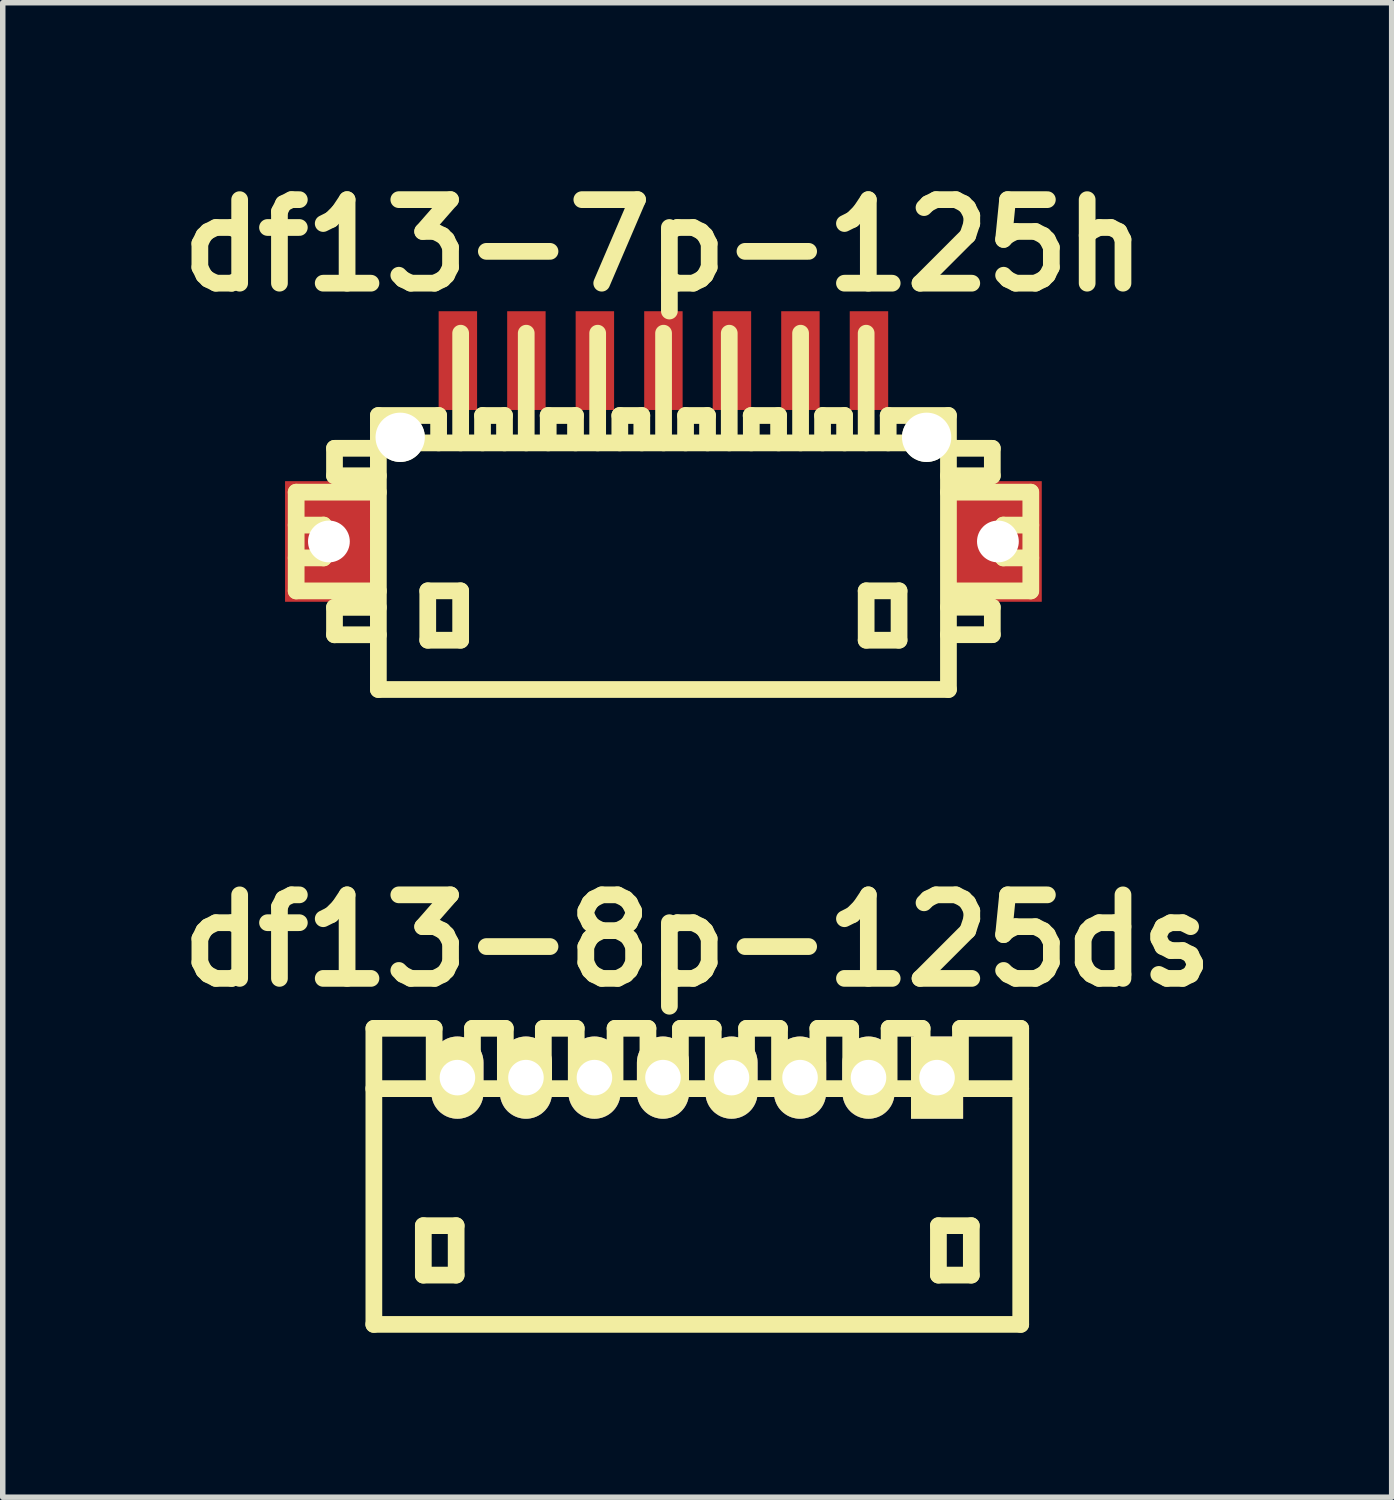
<source format=kicad_pcb>
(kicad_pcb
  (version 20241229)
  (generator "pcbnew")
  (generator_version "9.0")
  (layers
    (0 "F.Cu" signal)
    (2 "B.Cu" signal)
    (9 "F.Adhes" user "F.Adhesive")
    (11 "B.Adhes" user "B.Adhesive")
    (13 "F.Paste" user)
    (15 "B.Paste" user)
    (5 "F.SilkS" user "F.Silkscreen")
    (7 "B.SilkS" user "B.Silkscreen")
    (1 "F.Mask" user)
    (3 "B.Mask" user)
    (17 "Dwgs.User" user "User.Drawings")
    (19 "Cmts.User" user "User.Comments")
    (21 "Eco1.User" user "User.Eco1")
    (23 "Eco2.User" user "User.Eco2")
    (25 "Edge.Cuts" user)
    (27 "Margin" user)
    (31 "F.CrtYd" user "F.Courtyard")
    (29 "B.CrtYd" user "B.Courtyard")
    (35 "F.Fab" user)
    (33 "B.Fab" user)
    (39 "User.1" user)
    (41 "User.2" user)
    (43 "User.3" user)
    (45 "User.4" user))
  (footprint "df13-7p-125h"
    (layer "F.Cu")
    (at 9.05 7.027)
    (property "Reference" "df13-7p-125h" (at 0 -5.601 0) (layer "F.SilkS") (effects (font (size 1.524 1.524) (thickness 0.305))))
    (attr through_hole)
    (fp_line (start -6.698 -1.1) (end -6.698 0.701) (stroke (width 0.305) (type solid)) (layer "F.SilkS"))
    (fp_line (start -6.698 0.701) (end -5.199 0.701) (stroke (width 0.305) (type solid)) (layer "F.SilkS"))
    (fp_line (start -6.198 -0.5) (end -6.698 -0.5) (stroke (width 0.305) (type solid)) (layer "F.SilkS"))
    (fp_line (start -6.198 0.099) (end -6.698 0.099) (stroke (width 0.305) (type solid)) (layer "F.SilkS"))
    (fp_line (start -6.198 0.099) (end -6.198 -0.5) (stroke (width 0.305) (type solid)) (layer "F.SilkS"))
    (fp_line (start -5.999 -1.9) (end -5.999 -1.4) (stroke (width 0.305) (type solid)) (layer "F.SilkS"))
    (fp_line (start -5.999 -1.9) (end -5.199 -1.9) (stroke (width 0.305) (type solid)) (layer "F.SilkS"))
    (fp_line (start -5.999 1.001) (end -5.999 1.501) (stroke (width 0.305) (type solid)) (layer "F.SilkS"))
    (fp_line (start -5.999 1.501) (end -5.199 1.501) (stroke (width 0.305) (type solid)) (layer "F.SilkS"))
    (fp_line (start -5.199 -1.999) (end 5.199 -1.999) (stroke (width 0.305) (type solid)) (layer "F.SilkS"))
    (fp_line (start -5.199 -1.4) (end -5.999 -1.4) (stroke (width 0.305) (type solid)) (layer "F.SilkS"))
    (fp_line (start -5.199 -1.1) (end -6.698 -1.1) (stroke (width 0.305) (type solid)) (layer "F.SilkS"))
    (fp_line (start -5.199 1.001) (end -5.999 1.001) (stroke (width 0.305) (type solid)) (layer "F.SilkS"))
    (fp_line (start -5.199 2.499) (end -5.199 -2.499) (stroke (width 0.305) (type solid)) (layer "F.SilkS"))
    (fp_line (start -5.199 2.499) (end 5.199 2.499) (stroke (width 0.305) (type solid)) (layer "F.SilkS"))
    (fp_line (start -4.298 0.699) (end -4.298 1.6) (stroke (width 0.305) (type solid)) (layer "F.SilkS"))
    (fp_line (start -4.298 1.6) (end -3.698 1.6) (stroke (width 0.305) (type solid)) (layer "F.SilkS"))
    (fp_line (start -4.1 -2.499) (end -5.199 -2.499) (stroke (width 0.305) (type solid)) (layer "F.SilkS"))
    (fp_line (start -4.1 -2.499) (end -4.1 -1.999) (stroke (width 0.305) (type solid)) (layer "F.SilkS"))
    (fp_line (start -3.698 -4) (end -3.698 -1.999) (stroke (width 0.305) (type solid)) (layer "F.SilkS"))
    (fp_line (start -3.698 0.699) (end -4.298 0.699) (stroke (width 0.305) (type solid)) (layer "F.SilkS"))
    (fp_line (start -3.698 1.6) (end -3.698 0.699) (stroke (width 0.305) (type solid)) (layer "F.SilkS"))
    (fp_line (start -3.299 -2.499) (end -3.299 -1.999) (stroke (width 0.305) (type solid)) (layer "F.SilkS"))
    (fp_line (start -2.898 -2.499) (end -3.299 -2.499) (stroke (width 0.305) (type solid)) (layer "F.SilkS"))
    (fp_line (start -2.898 -2.499) (end -2.898 -1.999) (stroke (width 0.305) (type solid)) (layer "F.SilkS"))
    (fp_line (start -2.502 -1.999) (end -2.502 -4) (stroke (width 0.305) (type solid)) (layer "F.SilkS"))
    (fp_line (start -2.103 -2.499) (end -1.603 -2.499) (stroke (width 0.305) (type solid)) (layer "F.SilkS"))
    (fp_line (start -2.101 -1.999) (end -2.101 -2.499) (stroke (width 0.305) (type solid)) (layer "F.SilkS"))
    (fp_line (start -1.603 -2.499) (end -1.603 -1.999) (stroke (width 0.305) (type solid)) (layer "F.SilkS"))
    (fp_line (start -1.199 -1.999) (end -1.199 -4) (stroke (width 0.305) (type solid)) (layer "F.SilkS"))
    (fp_line (start -0.795 -2.499) (end -0.795 -1.999) (stroke (width 0.305) (type solid)) (layer "F.SilkS"))
    (fp_line (start -0.394 -2.499) (end -0.795 -2.499) (stroke (width 0.305) (type solid)) (layer "F.SilkS"))
    (fp_line (start -0.394 -2.499) (end -0.394 -1.999) (stroke (width 0.305) (type solid)) (layer "F.SilkS"))
    (fp_line (start 0.003 -1.999) (end 0.003 -4) (stroke (width 0.305) (type solid)) (layer "F.SilkS"))
    (fp_line (start 0.404 -2.499) (end 0.404 -1.999) (stroke (width 0.305) (type solid)) (layer "F.SilkS"))
    (fp_line (start 0.805 -2.499) (end 0.404 -2.499) (stroke (width 0.305) (type solid)) (layer "F.SilkS"))
    (fp_line (start 0.805 -2.499) (end 0.805 -1.999) (stroke (width 0.305) (type solid)) (layer "F.SilkS"))
    (fp_line (start 1.201 -1.999) (end 1.201 -4) (stroke (width 0.305) (type solid)) (layer "F.SilkS"))
    (fp_line (start 1.6 -2.499) (end 2.101 -2.499) (stroke (width 0.305) (type solid)) (layer "F.SilkS"))
    (fp_line (start 1.603 -1.999) (end 1.603 -2.499) (stroke (width 0.305) (type solid)) (layer "F.SilkS"))
    (fp_line (start 2.101 -2.499) (end 2.101 -1.999) (stroke (width 0.305) (type solid)) (layer "F.SilkS"))
    (fp_line (start 2.502 -1.999) (end 2.502 -4) (stroke (width 0.305) (type solid)) (layer "F.SilkS"))
    (fp_line (start 2.903 -2.499) (end 2.903 -1.999) (stroke (width 0.305) (type solid)) (layer "F.SilkS"))
    (fp_line (start 3.305 -2.499) (end 2.903 -2.499) (stroke (width 0.305) (type solid)) (layer "F.SilkS"))
    (fp_line (start 3.305 -2.499) (end 3.305 -1.999) (stroke (width 0.305) (type solid)) (layer "F.SilkS"))
    (fp_line (start 3.698 -1.999) (end 3.698 -4) (stroke (width 0.305) (type solid)) (layer "F.SilkS"))
    (fp_line (start 3.698 0.699) (end 4.298 0.699) (stroke (width 0.305) (type solid)) (layer "F.SilkS"))
    (fp_line (start 3.698 1.6) (end 3.698 0.699) (stroke (width 0.305) (type solid)) (layer "F.SilkS"))
    (fp_line (start 4.1 -2.499) (end 4.1 -1.999) (stroke (width 0.305) (type solid)) (layer "F.SilkS"))
    (fp_line (start 4.298 0.699) (end 4.298 1.6) (stroke (width 0.305) (type solid)) (layer "F.SilkS"))
    (fp_line (start 4.298 1.6) (end 3.698 1.6) (stroke (width 0.305) (type solid)) (layer "F.SilkS"))
    (fp_line (start 5.199 -2.499) (end 4.1 -2.499) (stroke (width 0.305) (type solid)) (layer "F.SilkS"))
    (fp_line (start 5.199 -2.499) (end 5.199 2.499) (stroke (width 0.305) (type solid)) (layer "F.SilkS"))
    (fp_line (start 5.199 -1.9) (end 5.999 -1.9) (stroke (width 0.305) (type solid)) (layer "F.SilkS"))
    (fp_line (start 5.199 0.998) (end 5.999 0.998) (stroke (width 0.305) (type solid)) (layer "F.SilkS"))
    (fp_line (start 5.999 -1.9) (end 5.999 -1.4) (stroke (width 0.305) (type solid)) (layer "F.SilkS"))
    (fp_line (start 5.999 -1.4) (end 5.199 -1.4) (stroke (width 0.305) (type solid)) (layer "F.SilkS"))
    (fp_line (start 5.999 0.998) (end 5.999 1.499) (stroke (width 0.305) (type solid)) (layer "F.SilkS"))
    (fp_line (start 5.999 1.499) (end 5.199 1.499) (stroke (width 0.305) (type solid)) (layer "F.SilkS"))
    (fp_line (start 6.2 0.099) (end 6.2 -0.5) (stroke (width 0.305) (type solid)) (layer "F.SilkS"))
    (fp_line (start 6.698 -1.1) (end 5.199 -1.1) (stroke (width 0.305) (type solid)) (layer "F.SilkS"))
    (fp_line (start 6.698 0.701) (end 5.298 0.701) (stroke (width 0.305) (type solid)) (layer "F.SilkS"))
    (fp_line (start 6.701 -1.1) (end 6.701 0.701) (stroke (width 0.305) (type solid)) (layer "F.SilkS"))
    (fp_line (start 6.701 -0.5) (end 6.2 -0.5) (stroke (width 0.305) (type solid)) (layer "F.SilkS"))
    (fp_line (start 6.701 0.099) (end 6.2 0.099) (stroke (width 0.305) (type solid)) (layer "F.SilkS"))
    (pad "" np_thru_hole rect (at -6.101 -0.201) (size 1.6 2.2) (drill 0.762) (layers "F.Cu" "F.Mask" "F.Paste"))
    (pad "" np_thru_hole circle (at -4.801 -2.101) (size 0.899 0.899) (drill 0.899) (layers "*.Cu" "*.Mask" "F.SilkS"))
    (pad "" np_thru_hole circle (at 4.801 -2.101) (size 0.899 0.899) (drill 0.899) (layers "*.Cu" "*.Mask" "F.SilkS"))
    (pad "" np_thru_hole rect (at 6.101 -0.201) (size 1.6 2.2) (drill 0.762) (layers "F.Cu" "F.Mask" "F.Paste"))
    (pad "1" smd rect (at 3.749 -3.5) (size 0.701 1.801) (layers "F.Cu" "F.Mask" "F.Paste"))
    (pad "2" smd rect (at 2.499 -3.5) (size 0.701 1.801) (layers "F.Cu" "F.Mask" "F.Paste"))
    (pad "3" smd rect (at 1.25 -3.5) (size 0.701 1.801) (layers "F.Cu" "F.Mask" "F.Paste"))
    (pad "4" smd rect (at 0 -3.5) (size 0.701 1.801) (layers "F.Cu" "F.Mask" "F.Paste"))
    (pad "5" smd rect (at -1.25 -3.5) (size 0.701 1.801) (layers "F.Cu" "F.Mask" "F.Paste"))
    (pad "6" smd rect (at -2.499 -3.5) (size 0.701 1.801) (layers "F.Cu" "F.Mask" "F.Paste"))
    (pad "7" smd rect (at -3.749 -3.5) (size 0.701 1.801) (layers "F.Cu" "F.Mask" "F.Paste")))
  (footprint "df13-8p-125ds"
    (layer "F.Cu")
    (at 9.667 18.406)
    (property "Reference" "df13-8p-125ds" (at 0 -4.3 0) (layer "F.SilkS") (effects (font (size 1.524 1.524) (thickness 0.305))))
    (attr through_hole)
    (fp_line (start -5.9 -1.6) (end 5.9 -1.6) (stroke (width 0.305) (type solid)) (layer "F.SilkS"))
    (fp_line (start -5.898 2.7) (end -5.898 -2.7) (stroke (width 0.305) (type solid)) (layer "F.SilkS"))
    (fp_line (start -4.996 0.899) (end -4.996 1.801) (stroke (width 0.305) (type solid)) (layer "F.SilkS"))
    (fp_line (start -4.996 1.801) (end -4.397 1.801) (stroke (width 0.305) (type solid)) (layer "F.SilkS"))
    (fp_line (start -4.798 -2.7) (end -5.898 -2.7) (stroke (width 0.305) (type solid)) (layer "F.SilkS"))
    (fp_line (start -4.798 -1.6) (end -4.798 -2.7) (stroke (width 0.305) (type solid)) (layer "F.SilkS"))
    (fp_line (start -4.397 0.899) (end -4.996 0.899) (stroke (width 0.305) (type solid)) (layer "F.SilkS"))
    (fp_line (start -4.397 1.801) (end -4.397 0.899) (stroke (width 0.305) (type solid)) (layer "F.SilkS"))
    (fp_line (start -4.1 -2.7) (end -4.1 -1.6) (stroke (width 0.305) (type solid)) (layer "F.SilkS"))
    (fp_line (start -3.5 -2.7) (end -4.1 -2.7) (stroke (width 0.305) (type solid)) (layer "F.SilkS"))
    (fp_line (start -3.5 -1.6) (end -3.5 -2.7) (stroke (width 0.305) (type solid)) (layer "F.SilkS"))
    (fp_line (start -2.807 -1.6) (end -2.807 -2.7) (stroke (width 0.305) (type solid)) (layer "F.SilkS"))
    (fp_line (start -2.207 -2.7) (end -2.807 -2.7) (stroke (width 0.305) (type solid)) (layer "F.SilkS"))
    (fp_line (start -2.207 -1.6) (end -2.207 -2.7) (stroke (width 0.305) (type solid)) (layer "F.SilkS"))
    (fp_line (start -1.499 -2.7) (end -0.899 -2.7) (stroke (width 0.305) (type solid)) (layer "F.SilkS"))
    (fp_line (start -1.499 -1.6) (end -1.499 -2.7) (stroke (width 0.305) (type solid)) (layer "F.SilkS"))
    (fp_line (start -0.899 -2.7) (end -0.899 -1.6) (stroke (width 0.305) (type solid)) (layer "F.SilkS"))
    (fp_line (start -0.307 -2.7) (end 0.292 -2.7) (stroke (width 0.305) (type solid)) (layer "F.SilkS"))
    (fp_line (start -0.307 -1.6) (end -0.307 -2.7) (stroke (width 0.305) (type solid)) (layer "F.SilkS"))
    (fp_line (start 0.292 -2.7) (end 0.292 -1.6) (stroke (width 0.305) (type solid)) (layer "F.SilkS"))
    (fp_line (start 0.899 -2.7) (end 1.501 -2.7) (stroke (width 0.305) (type solid)) (layer "F.SilkS"))
    (fp_line (start 0.899 -1.6) (end 0.899 -2.7) (stroke (width 0.305) (type solid)) (layer "F.SilkS"))
    (fp_line (start 1.501 -2.7) (end 1.501 -1.6) (stroke (width 0.305) (type solid)) (layer "F.SilkS"))
    (fp_line (start 2.2 -2.7) (end 2.799 -2.7) (stroke (width 0.305) (type solid)) (layer "F.SilkS"))
    (fp_line (start 2.2 -1.6) (end 2.2 -2.7) (stroke (width 0.305) (type solid)) (layer "F.SilkS"))
    (fp_line (start 2.799 -2.7) (end 2.799 -1.6) (stroke (width 0.305) (type solid)) (layer "F.SilkS"))
    (fp_line (start 3.5 -2.7) (end 4.102 -2.7) (stroke (width 0.305) (type solid)) (layer "F.SilkS"))
    (fp_line (start 3.5 -1.6) (end 3.5 -2.7) (stroke (width 0.305) (type solid)) (layer "F.SilkS"))
    (fp_line (start 4.102 -2.7) (end 4.102 -1.6) (stroke (width 0.305) (type solid)) (layer "F.SilkS"))
    (fp_line (start 4.399 0.899) (end 4.999 0.899) (stroke (width 0.305) (type solid)) (layer "F.SilkS"))
    (fp_line (start 4.399 1.801) (end 4.399 0.899) (stroke (width 0.305) (type solid)) (layer "F.SilkS"))
    (fp_line (start 4.801 -1.6) (end 4.801 -2.7) (stroke (width 0.305) (type solid)) (layer "F.SilkS"))
    (fp_line (start 4.999 0.899) (end 4.999 1.801) (stroke (width 0.305) (type solid)) (layer "F.SilkS"))
    (fp_line (start 4.999 1.801) (end 4.399 1.801) (stroke (width 0.305) (type solid)) (layer "F.SilkS"))
    (fp_line (start 5.9 -2.7) (end 4.801 -2.7) (stroke (width 0.305) (type solid)) (layer "F.SilkS"))
    (fp_line (start 5.9 2.7) (end -5.9 2.7) (stroke (width 0.305) (type solid)) (layer "F.SilkS"))
    (fp_line (start 5.9 2.7) (end 5.9 -2.7) (stroke (width 0.305) (type solid)) (layer "F.SilkS"))
    (pad "1" thru_hole rect (at 4.374 -1.801) (size 0.95 1.499) (drill 0.648) (layers "*.Cu" "*.Mask" "F.SilkS"))
    (pad "2" thru_hole oval (at 3.124 -1.801) (size 0.95 1.499) (drill 0.648) (layers "*.Cu" "*.Mask" "F.SilkS"))
    (pad "3" thru_hole oval (at 1.875 -1.801) (size 0.95 1.499) (drill 0.648) (layers "*.Cu" "*.Mask" "F.SilkS"))
    (pad "4" thru_hole oval (at 0.625 -1.801) (size 0.95 1.499) (drill 0.648) (layers "*.Cu" "*.Mask" "F.SilkS"))
    (pad "5" thru_hole oval (at -0.625 -1.801) (size 0.95 1.499) (drill 0.648) (layers "*.Cu" "*.Mask" "F.SilkS"))
    (pad "6" thru_hole oval (at -1.875 -1.801) (size 0.95 1.499) (drill 0.648) (layers "*.Cu" "*.Mask" "F.SilkS"))
    (pad "7" thru_hole oval (at -3.124 -1.801) (size 0.95 1.499) (drill 0.648) (layers "*.Cu" "*.Mask" "F.SilkS"))
    (pad "8" thru_hole oval (at -4.374 -1.801) (size 0.95 1.499) (drill 0.648) (layers "*.Cu" "*.Mask" "F.SilkS")))
  (gr_rect
    (start -3 -3)
    (end 22.333 24.258)
    (stroke (width 0.1) (type default))
    (fill no)
    (layer "Edge.Cuts")))
</source>
